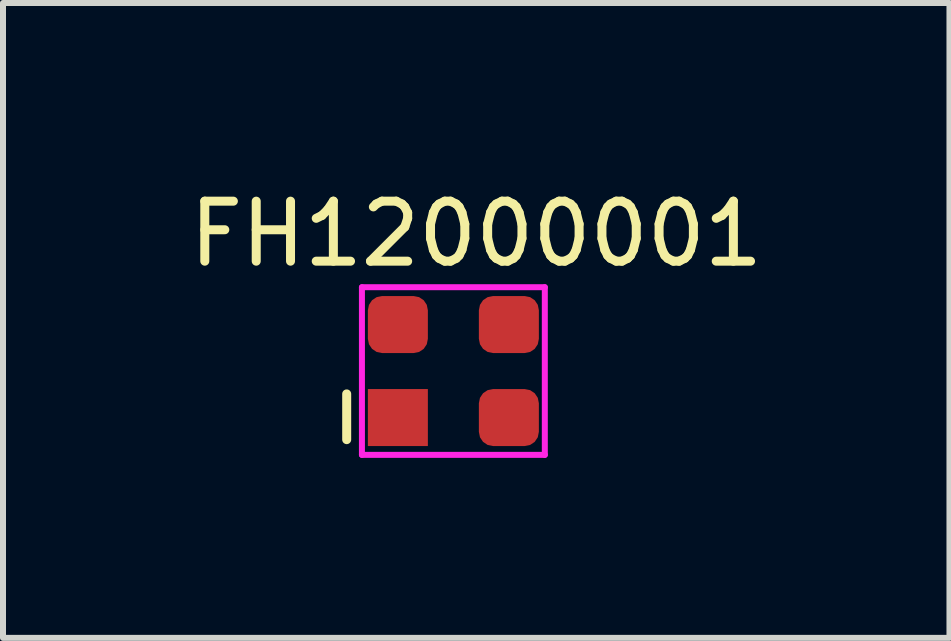
<source format=kicad_pcb>
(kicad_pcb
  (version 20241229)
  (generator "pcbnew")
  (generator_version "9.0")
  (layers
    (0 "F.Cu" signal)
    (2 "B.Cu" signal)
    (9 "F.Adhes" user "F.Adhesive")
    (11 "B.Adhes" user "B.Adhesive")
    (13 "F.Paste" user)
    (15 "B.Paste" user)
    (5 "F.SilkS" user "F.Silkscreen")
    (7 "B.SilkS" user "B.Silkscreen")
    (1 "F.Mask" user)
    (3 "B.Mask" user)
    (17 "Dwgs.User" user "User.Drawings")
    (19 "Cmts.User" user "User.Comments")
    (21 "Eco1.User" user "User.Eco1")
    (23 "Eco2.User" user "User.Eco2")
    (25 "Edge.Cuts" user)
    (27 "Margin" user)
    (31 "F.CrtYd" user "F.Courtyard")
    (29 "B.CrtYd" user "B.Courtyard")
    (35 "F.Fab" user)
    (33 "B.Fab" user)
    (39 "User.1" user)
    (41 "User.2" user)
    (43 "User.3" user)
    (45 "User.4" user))
  (footprint "FH12000001"
    (layer "F.Cu")
    (at 4.506 3.134)
    (property "Reference" "FH12000001" (at 0.381 -2.286 0) (layer "F.SilkS") (effects (font (size 1 1) (thickness 0.15))))
    (attr through_hole)
    (fp_line (start -1.778 0.381) (end -1.778 1.143) (stroke (width 0.15) (type solid)) (layer "F.SilkS"))
    (fp_line (start -1.524 -1.397) (end 1.524 -1.397) (stroke (width 0.1) (type solid)) (layer "F.CrtYd"))
    (fp_line (start -1.524 1.397) (end -1.524 -1.397) (stroke (width 0.1) (type solid)) (layer "F.CrtYd"))
    (fp_line (start 1.524 -1.397) (end 1.524 1.397) (stroke (width 0.1) (type solid)) (layer "F.CrtYd"))
    (fp_line (start 1.524 1.397) (end -1.524 1.397) (stroke (width 0.1) (type solid)) (layer "F.CrtYd"))
    (pad "1" smd rect (at -0.925 0.775) (size 1 0.95) (layers "F.Cu" "F.Mask" "F.Paste"))
    (pad "2" smd roundrect (at 0.925 0.775) (size 1 0.95) (layers "F.Cu" "F.Mask" "F.Paste") (roundrect_rratio 0.25))
    (pad "3" smd roundrect (at 0.925 -0.775) (size 1 0.95) (layers "F.Cu" "F.Mask" "F.Paste") (roundrect_rratio 0.25))
    (pad "4" smd roundrect (at -0.925 -0.775) (size 1 0.95) (layers "F.Cu" "F.Mask" "F.Paste") (roundrect_rratio 0.25)))
  (gr_rect
    (start -3 -3)
    (end 12.774 7.581)
    (stroke (width 0.1) (type default))
    (fill no)
    (layer "Edge.Cuts")))
</source>
